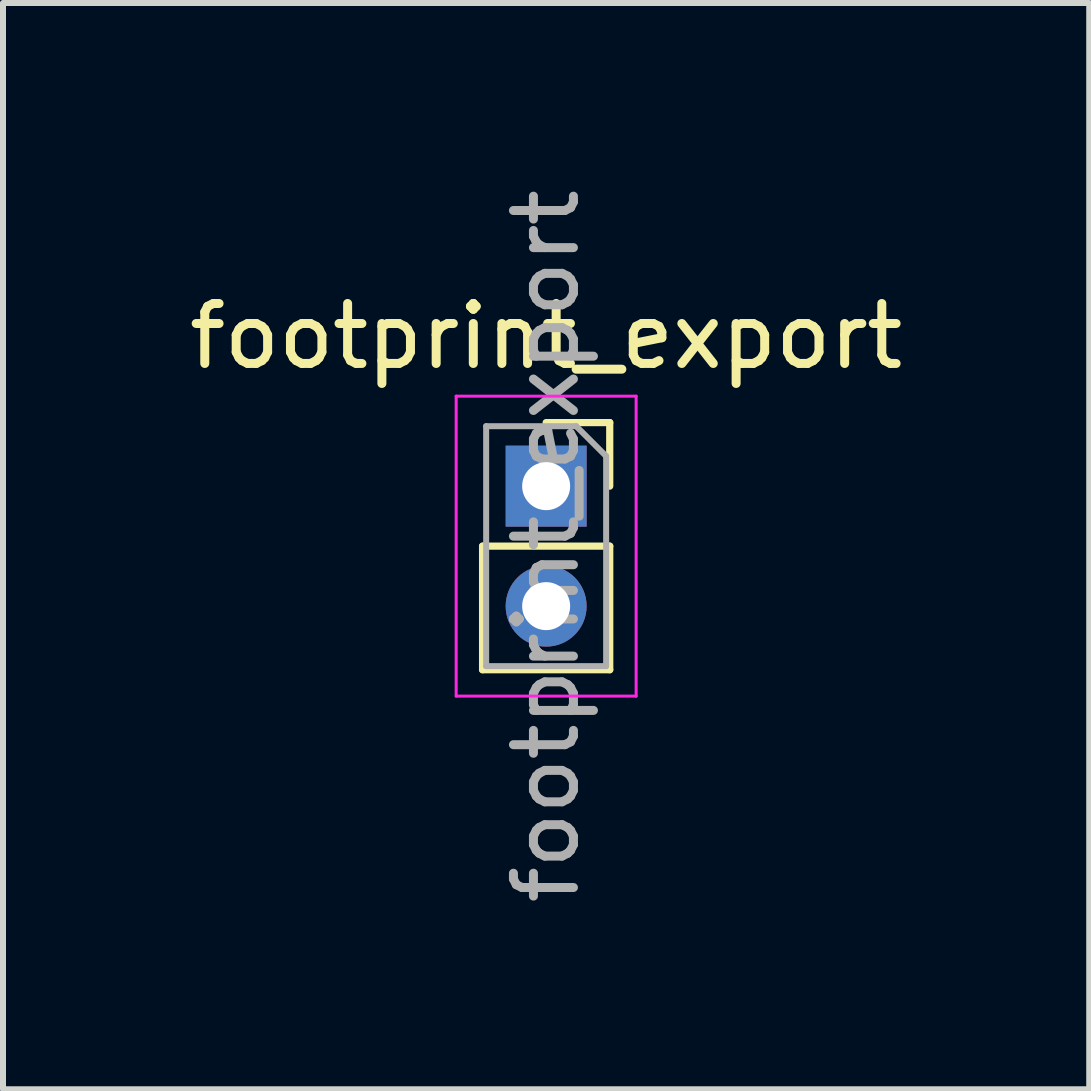
<source format=kicad_pcb>
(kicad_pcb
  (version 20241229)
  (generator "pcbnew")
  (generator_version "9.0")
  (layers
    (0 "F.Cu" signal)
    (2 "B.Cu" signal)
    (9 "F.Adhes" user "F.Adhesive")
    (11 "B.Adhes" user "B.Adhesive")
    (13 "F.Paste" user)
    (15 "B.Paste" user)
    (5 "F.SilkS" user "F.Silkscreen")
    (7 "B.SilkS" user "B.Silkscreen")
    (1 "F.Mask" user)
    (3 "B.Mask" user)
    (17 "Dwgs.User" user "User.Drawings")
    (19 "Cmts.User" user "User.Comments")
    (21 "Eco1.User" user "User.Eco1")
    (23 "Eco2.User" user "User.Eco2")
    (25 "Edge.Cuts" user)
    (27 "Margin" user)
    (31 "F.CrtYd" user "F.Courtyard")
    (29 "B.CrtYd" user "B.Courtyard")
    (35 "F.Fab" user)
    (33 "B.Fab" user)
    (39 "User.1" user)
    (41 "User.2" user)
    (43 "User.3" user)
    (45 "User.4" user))
  (footprint "footprint_export"
    (layer "F.Cu")
    (at 6.054 5.054)
    (property "Reference" "footprint_export" (at 0 -2.5 0) (layer "F.SilkS") (effects (font (size 1 1) (thickness 0.15))))
    (attr through_hole)
    (fp_line (start -1.06 1) (end -1.06 3.06) (stroke (width 0.12) (type solid)) (layer "F.SilkS"))
    (fp_line (start -1.06 1) (end 1.06 1) (stroke (width 0.12) (type solid)) (layer "F.SilkS"))
    (fp_line (start -1.06 3.06) (end 1.06 3.06) (stroke (width 0.12) (type solid)) (layer "F.SilkS"))
    (fp_line (start 0 -1.06) (end 1.06 -1.06) (stroke (width 0.12) (type solid)) (layer "F.SilkS"))
    (fp_line (start 1.06 -1.06) (end 1.06 0) (stroke (width 0.12) (type solid)) (layer "F.SilkS"))
    (fp_line (start 1.06 1) (end 1.06 3.06) (stroke (width 0.12) (type solid)) (layer "F.SilkS"))
    (fp_line (start -1.5 -1.5) (end 1.5 -1.5) (stroke (width 0.05) (type solid)) (layer "F.CrtYd"))
    (fp_line (start -1.5 3.5) (end -1.5 -1.5) (stroke (width 0.05) (type solid)) (layer "F.CrtYd"))
    (fp_line (start 1.5 -1.5) (end 1.5 3.5) (stroke (width 0.05) (type solid)) (layer "F.CrtYd"))
    (fp_line (start 1.5 3.5) (end -1.5 3.5) (stroke (width 0.05) (type solid)) (layer "F.CrtYd"))
    (fp_line (start -1 -1) (end 0.5 -1) (stroke (width 0.1) (type solid)) (layer "F.Fab"))
    (fp_line (start -1 3) (end -1 -1) (stroke (width 0.1) (type solid)) (layer "F.Fab"))
    (fp_line (start 0.5 -1) (end 1 -0.5) (stroke (width 0.1) (type solid)) (layer "F.Fab"))
    (fp_line (start 1 -0.5) (end 1 3) (stroke (width 0.1) (type solid)) (layer "F.Fab"))
    (fp_line (start 1 3) (end -1 3) (stroke (width 0.1) (type solid)) (layer "F.Fab"))
    (fp_text user "${REFERENCE}" (at 0 1 90) (layer "F.Fab") (effects (font (size 1 1) (thickness 0.15))))
    (pad "1" thru_hole rect (at 0 0) (size 1.35 1.35) (drill 0.8) (layers "*.Cu" "*.Mask"))
    (pad "2" thru_hole oval (at 0 2) (size 1.35 1.35) (drill 0.8) (layers "*.Cu" "*.Mask")))
  (gr_rect
    (start -3 -3)
    (end 15.107 15.107)
    (stroke (width 0.1) (type default))
    (fill no)
    (layer "Edge.Cuts")))
</source>
